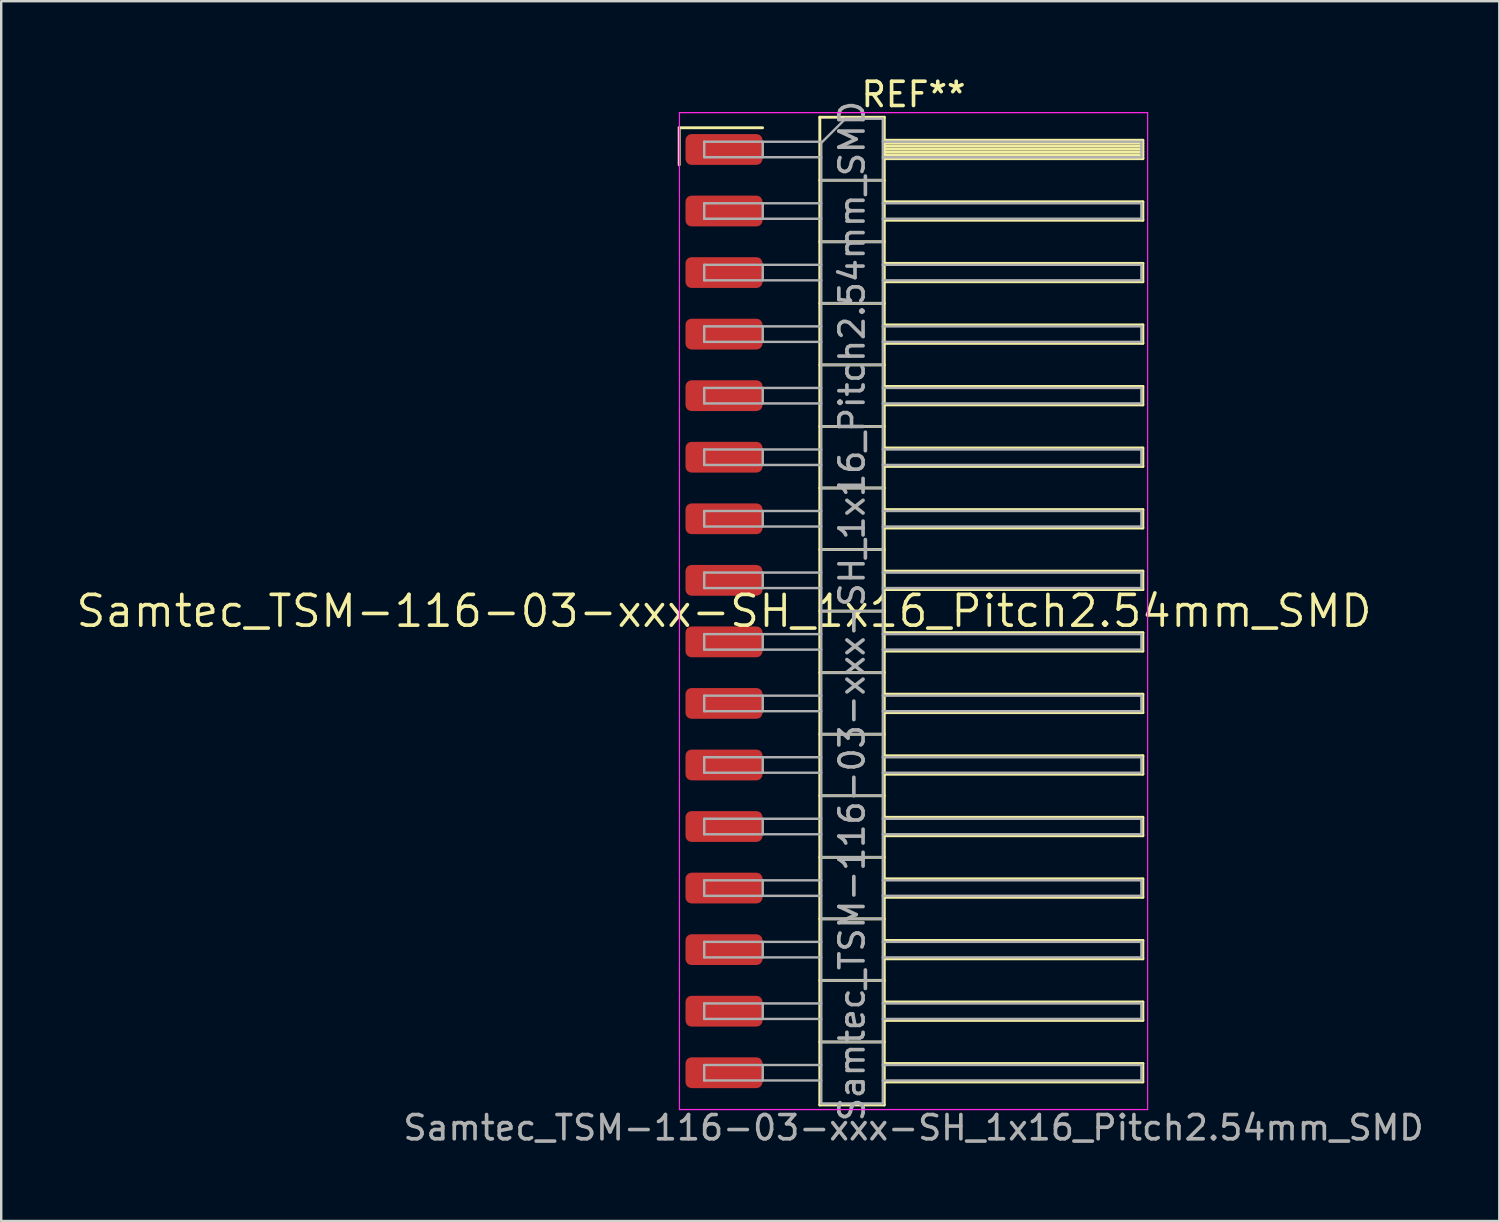
<source format=kicad_pcb>
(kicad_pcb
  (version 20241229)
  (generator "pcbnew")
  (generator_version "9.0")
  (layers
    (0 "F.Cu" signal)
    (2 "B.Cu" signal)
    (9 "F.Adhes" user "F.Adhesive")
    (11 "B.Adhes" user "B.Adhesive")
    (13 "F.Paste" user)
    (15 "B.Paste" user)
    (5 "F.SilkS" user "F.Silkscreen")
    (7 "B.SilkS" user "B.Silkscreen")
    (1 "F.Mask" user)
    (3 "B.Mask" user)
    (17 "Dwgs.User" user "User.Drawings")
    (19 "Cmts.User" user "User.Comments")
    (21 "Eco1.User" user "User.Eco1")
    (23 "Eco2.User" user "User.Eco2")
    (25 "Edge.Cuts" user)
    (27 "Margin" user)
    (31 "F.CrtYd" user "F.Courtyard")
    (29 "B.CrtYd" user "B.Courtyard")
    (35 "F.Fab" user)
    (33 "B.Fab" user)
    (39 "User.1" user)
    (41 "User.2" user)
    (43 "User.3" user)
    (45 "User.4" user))
  (footprint "Samtec_TSM-116-03-xxx-SH_1x16_Pitch2.54mm_SMD"
    (layer "F.Cu")
    (at 26.828 22.168)
    (property "Reference" "Samtec_TSM-116-03-xxx-SH_1x16_Pitch2.54mm_SMD" (at 0 0 0) (layer "F.SilkS") (effects (font (size 1.27 1.27) (thickness 0.15))))
    (attr smd)
    (fp_line (start -1.85 -19.945) (end 1.59 -19.945) (stroke (width 0.12) (type solid)) (layer "F.SilkS"))
    (fp_line (start -1.85 -18.415) (end -1.85 -19.945) (stroke (width 0.12) (type solid)) (layer "F.SilkS"))
    (fp_line (start 3.953 -20.38) (end 6.613 -20.38) (stroke (width 0.12) (type solid)) (layer "F.SilkS"))
    (fp_line (start 3.953 -17.78) (end 6.613 -17.78) (stroke (width 0.12) (type solid)) (layer "F.SilkS"))
    (fp_line (start 3.953 -15.24) (end 6.613 -15.24) (stroke (width 0.12) (type solid)) (layer "F.SilkS"))
    (fp_line (start 3.953 -12.7) (end 6.613 -12.7) (stroke (width 0.12) (type solid)) (layer "F.SilkS"))
    (fp_line (start 3.953 -10.16) (end 6.613 -10.16) (stroke (width 0.12) (type solid)) (layer "F.SilkS"))
    (fp_line (start 3.953 -7.62) (end 6.613 -7.62) (stroke (width 0.12) (type solid)) (layer "F.SilkS"))
    (fp_line (start 3.953 -5.08) (end 6.613 -5.08) (stroke (width 0.12) (type solid)) (layer "F.SilkS"))
    (fp_line (start 3.953 -2.54) (end 6.613 -2.54) (stroke (width 0.12) (type solid)) (layer "F.SilkS"))
    (fp_line (start 3.953 0) (end 6.613 0) (stroke (width 0.12) (type solid)) (layer "F.SilkS"))
    (fp_line (start 3.953 2.54) (end 6.613 2.54) (stroke (width 0.12) (type solid)) (layer "F.SilkS"))
    (fp_line (start 3.953 5.08) (end 6.613 5.08) (stroke (width 0.12) (type solid)) (layer "F.SilkS"))
    (fp_line (start 3.953 7.62) (end 6.613 7.62) (stroke (width 0.12) (type solid)) (layer "F.SilkS"))
    (fp_line (start 3.953 10.16) (end 6.613 10.16) (stroke (width 0.12) (type solid)) (layer "F.SilkS"))
    (fp_line (start 3.953 12.7) (end 6.613 12.7) (stroke (width 0.12) (type solid)) (layer "F.SilkS"))
    (fp_line (start 3.953 15.24) (end 6.613 15.24) (stroke (width 0.12) (type solid)) (layer "F.SilkS"))
    (fp_line (start 3.953 17.78) (end 6.613 17.78) (stroke (width 0.12) (type solid)) (layer "F.SilkS"))
    (fp_line (start 3.953 20.38) (end 3.953 -20.38) (stroke (width 0.12) (type solid)) (layer "F.SilkS"))
    (fp_line (start 6.613 -20.38) (end 6.613 20.38) (stroke (width 0.12) (type solid)) (layer "F.SilkS"))
    (fp_line (start 6.613 -19.43) (end 17.283 -19.43) (stroke (width 0.12) (type solid)) (layer "F.SilkS"))
    (fp_line (start 6.613 -19.31) (end 17.283 -19.31) (stroke (width 0.12) (type solid)) (layer "F.SilkS"))
    (fp_line (start 6.613 -19.19) (end 17.283 -19.19) (stroke (width 0.12) (type solid)) (layer "F.SilkS"))
    (fp_line (start 6.613 -19.07) (end 17.283 -19.07) (stroke (width 0.12) (type solid)) (layer "F.SilkS"))
    (fp_line (start 6.613 -18.95) (end 17.283 -18.95) (stroke (width 0.12) (type solid)) (layer "F.SilkS"))
    (fp_line (start 6.613 -18.83) (end 17.283 -18.83) (stroke (width 0.12) (type solid)) (layer "F.SilkS"))
    (fp_line (start 6.613 -18.71) (end 17.283 -18.71) (stroke (width 0.12) (type solid)) (layer "F.SilkS"))
    (fp_line (start 6.613 -18.67) (end 17.283 -18.67) (stroke (width 0.12) (type solid)) (layer "F.SilkS"))
    (fp_line (start 6.613 -16.89) (end 17.283 -16.89) (stroke (width 0.12) (type solid)) (layer "F.SilkS"))
    (fp_line (start 6.613 -16.13) (end 17.283 -16.13) (stroke (width 0.12) (type solid)) (layer "F.SilkS"))
    (fp_line (start 6.613 -14.35) (end 17.283 -14.35) (stroke (width 0.12) (type solid)) (layer "F.SilkS"))
    (fp_line (start 6.613 -13.59) (end 17.283 -13.59) (stroke (width 0.12) (type solid)) (layer "F.SilkS"))
    (fp_line (start 6.613 -11.81) (end 17.283 -11.81) (stroke (width 0.12) (type solid)) (layer "F.SilkS"))
    (fp_line (start 6.613 -11.05) (end 17.283 -11.05) (stroke (width 0.12) (type solid)) (layer "F.SilkS"))
    (fp_line (start 6.613 -9.27) (end 17.283 -9.27) (stroke (width 0.12) (type solid)) (layer "F.SilkS"))
    (fp_line (start 6.613 -8.51) (end 17.283 -8.51) (stroke (width 0.12) (type solid)) (layer "F.SilkS"))
    (fp_line (start 6.613 -6.73) (end 17.283 -6.73) (stroke (width 0.12) (type solid)) (layer "F.SilkS"))
    (fp_line (start 6.613 -5.97) (end 17.283 -5.97) (stroke (width 0.12) (type solid)) (layer "F.SilkS"))
    (fp_line (start 6.613 -4.19) (end 17.283 -4.19) (stroke (width 0.12) (type solid)) (layer "F.SilkS"))
    (fp_line (start 6.613 -3.43) (end 17.283 -3.43) (stroke (width 0.12) (type solid)) (layer "F.SilkS"))
    (fp_line (start 6.613 -1.65) (end 17.283 -1.65) (stroke (width 0.12) (type solid)) (layer "F.SilkS"))
    (fp_line (start 6.613 -0.89) (end 17.283 -0.89) (stroke (width 0.12) (type solid)) (layer "F.SilkS"))
    (fp_line (start 6.613 0.89) (end 17.283 0.89) (stroke (width 0.12) (type solid)) (layer "F.SilkS"))
    (fp_line (start 6.613 1.65) (end 17.283 1.65) (stroke (width 0.12) (type solid)) (layer "F.SilkS"))
    (fp_line (start 6.613 3.43) (end 17.283 3.43) (stroke (width 0.12) (type solid)) (layer "F.SilkS"))
    (fp_line (start 6.613 4.19) (end 17.283 4.19) (stroke (width 0.12) (type solid)) (layer "F.SilkS"))
    (fp_line (start 6.613 5.97) (end 17.283 5.97) (stroke (width 0.12) (type solid)) (layer "F.SilkS"))
    (fp_line (start 6.613 6.73) (end 17.283 6.73) (stroke (width 0.12) (type solid)) (layer "F.SilkS"))
    (fp_line (start 6.613 8.51) (end 17.283 8.51) (stroke (width 0.12) (type solid)) (layer "F.SilkS"))
    (fp_line (start 6.613 9.27) (end 17.283 9.27) (stroke (width 0.12) (type solid)) (layer "F.SilkS"))
    (fp_line (start 6.613 11.05) (end 17.283 11.05) (stroke (width 0.12) (type solid)) (layer "F.SilkS"))
    (fp_line (start 6.613 11.81) (end 17.283 11.81) (stroke (width 0.12) (type solid)) (layer "F.SilkS"))
    (fp_line (start 6.613 13.59) (end 17.283 13.59) (stroke (width 0.12) (type solid)) (layer "F.SilkS"))
    (fp_line (start 6.613 14.35) (end 17.283 14.35) (stroke (width 0.12) (type solid)) (layer "F.SilkS"))
    (fp_line (start 6.613 16.13) (end 17.283 16.13) (stroke (width 0.12) (type solid)) (layer "F.SilkS"))
    (fp_line (start 6.613 16.89) (end 17.283 16.89) (stroke (width 0.12) (type solid)) (layer "F.SilkS"))
    (fp_line (start 6.613 18.67) (end 17.283 18.67) (stroke (width 0.12) (type solid)) (layer "F.SilkS"))
    (fp_line (start 6.613 19.43) (end 17.283 19.43) (stroke (width 0.12) (type solid)) (layer "F.SilkS"))
    (fp_line (start 6.613 20.38) (end 3.953 20.38) (stroke (width 0.12) (type solid)) (layer "F.SilkS"))
    (fp_line (start 17.283 -19.43) (end 17.283 -18.67) (stroke (width 0.12) (type solid)) (layer "F.SilkS"))
    (fp_line (start 17.283 -16.89) (end 17.283 -16.13) (stroke (width 0.12) (type solid)) (layer "F.SilkS"))
    (fp_line (start 17.283 -14.35) (end 17.283 -13.59) (stroke (width 0.12) (type solid)) (layer "F.SilkS"))
    (fp_line (start 17.283 -11.81) (end 17.283 -11.05) (stroke (width 0.12) (type solid)) (layer "F.SilkS"))
    (fp_line (start 17.283 -9.27) (end 17.283 -8.51) (stroke (width 0.12) (type solid)) (layer "F.SilkS"))
    (fp_line (start 17.283 -6.73) (end 17.283 -5.97) (stroke (width 0.12) (type solid)) (layer "F.SilkS"))
    (fp_line (start 17.283 -4.19) (end 17.283 -3.43) (stroke (width 0.12) (type solid)) (layer "F.SilkS"))
    (fp_line (start 17.283 -1.65) (end 17.283 -0.89) (stroke (width 0.12) (type solid)) (layer "F.SilkS"))
    (fp_line (start 17.283 0.89) (end 17.283 1.65) (stroke (width 0.12) (type solid)) (layer "F.SilkS"))
    (fp_line (start 17.283 3.43) (end 17.283 4.19) (stroke (width 0.12) (type solid)) (layer "F.SilkS"))
    (fp_line (start 17.283 5.97) (end 17.283 6.73) (stroke (width 0.12) (type solid)) (layer "F.SilkS"))
    (fp_line (start 17.283 8.51) (end 17.283 9.27) (stroke (width 0.12) (type solid)) (layer "F.SilkS"))
    (fp_line (start 17.283 11.05) (end 17.283 11.81) (stroke (width 0.12) (type solid)) (layer "F.SilkS"))
    (fp_line (start 17.283 13.59) (end 17.283 14.35) (stroke (width 0.12) (type solid)) (layer "F.SilkS"))
    (fp_line (start 17.283 16.13) (end 17.283 16.89) (stroke (width 0.12) (type solid)) (layer "F.SilkS"))
    (fp_line (start 17.283 18.67) (end 17.283 19.43) (stroke (width 0.12) (type solid)) (layer "F.SilkS"))
    (fp_line (start -1.84 -20.57) (end 17.48 -20.57) (stroke (width 0.05) (type solid)) (layer "F.CrtYd"))
    (fp_line (start -1.84 20.57) (end -1.84 -20.57) (stroke (width 0.05) (type solid)) (layer "F.CrtYd"))
    (fp_line (start 17.48 -20.57) (end 17.48 20.57) (stroke (width 0.05) (type solid)) (layer "F.CrtYd"))
    (fp_line (start 17.48 20.57) (end -1.84 20.57) (stroke (width 0.05) (type solid)) (layer "F.CrtYd"))
    (fp_line (start -0.817 -19.37) (end -0.817 -18.73) (stroke (width 0.1) (type solid)) (layer "F.Fab"))
    (fp_line (start -0.817 -19.37) (end 4.013 -19.37) (stroke (width 0.1) (type solid)) (layer "F.Fab"))
    (fp_line (start -0.817 -18.73) (end 4.013 -18.73) (stroke (width 0.1) (type solid)) (layer "F.Fab"))
    (fp_line (start -0.817 -16.83) (end -0.817 -16.19) (stroke (width 0.1) (type solid)) (layer "F.Fab"))
    (fp_line (start -0.817 -16.83) (end 4.013 -16.83) (stroke (width 0.1) (type solid)) (layer "F.Fab"))
    (fp_line (start -0.817 -16.19) (end 4.013 -16.19) (stroke (width 0.1) (type solid)) (layer "F.Fab"))
    (fp_line (start -0.817 -14.29) (end -0.817 -13.65) (stroke (width 0.1) (type solid)) (layer "F.Fab"))
    (fp_line (start -0.817 -14.29) (end 4.013 -14.29) (stroke (width 0.1) (type solid)) (layer "F.Fab"))
    (fp_line (start -0.817 -13.65) (end 4.013 -13.65) (stroke (width 0.1) (type solid)) (layer "F.Fab"))
    (fp_line (start -0.817 -11.75) (end -0.817 -11.11) (stroke (width 0.1) (type solid)) (layer "F.Fab"))
    (fp_line (start -0.817 -11.75) (end 4.013 -11.75) (stroke (width 0.1) (type solid)) (layer "F.Fab"))
    (fp_line (start -0.817 -11.11) (end 4.013 -11.11) (stroke (width 0.1) (type solid)) (layer "F.Fab"))
    (fp_line (start -0.817 -9.21) (end -0.817 -8.57) (stroke (width 0.1) (type solid)) (layer "F.Fab"))
    (fp_line (start -0.817 -9.21) (end 4.013 -9.21) (stroke (width 0.1) (type solid)) (layer "F.Fab"))
    (fp_line (start -0.817 -8.57) (end 4.013 -8.57) (stroke (width 0.1) (type solid)) (layer "F.Fab"))
    (fp_line (start -0.817 -6.67) (end -0.817 -6.03) (stroke (width 0.1) (type solid)) (layer "F.Fab"))
    (fp_line (start -0.817 -6.67) (end 4.013 -6.67) (stroke (width 0.1) (type solid)) (layer "F.Fab"))
    (fp_line (start -0.817 -6.03) (end 4.013 -6.03) (stroke (width 0.1) (type solid)) (layer "F.Fab"))
    (fp_line (start -0.817 -4.13) (end -0.817 -3.49) (stroke (width 0.1) (type solid)) (layer "F.Fab"))
    (fp_line (start -0.817 -4.13) (end 4.013 -4.13) (stroke (width 0.1) (type solid)) (layer "F.Fab"))
    (fp_line (start -0.817 -3.49) (end 4.013 -3.49) (stroke (width 0.1) (type solid)) (layer "F.Fab"))
    (fp_line (start -0.817 -1.59) (end -0.817 -0.95) (stroke (width 0.1) (type solid)) (layer "F.Fab"))
    (fp_line (start -0.817 -1.59) (end 4.013 -1.59) (stroke (width 0.1) (type solid)) (layer "F.Fab"))
    (fp_line (start -0.817 -0.95) (end 4.013 -0.95) (stroke (width 0.1) (type solid)) (layer "F.Fab"))
    (fp_line (start -0.817 0.95) (end -0.817 1.59) (stroke (width 0.1) (type solid)) (layer "F.Fab"))
    (fp_line (start -0.817 0.95) (end 4.013 0.95) (stroke (width 0.1) (type solid)) (layer "F.Fab"))
    (fp_line (start -0.817 1.59) (end 4.013 1.59) (stroke (width 0.1) (type solid)) (layer "F.Fab"))
    (fp_line (start -0.817 3.49) (end -0.817 4.13) (stroke (width 0.1) (type solid)) (layer "F.Fab"))
    (fp_line (start -0.817 3.49) (end 4.013 3.49) (stroke (width 0.1) (type solid)) (layer "F.Fab"))
    (fp_line (start -0.817 4.13) (end 4.013 4.13) (stroke (width 0.1) (type solid)) (layer "F.Fab"))
    (fp_line (start -0.817 6.03) (end -0.817 6.67) (stroke (width 0.1) (type solid)) (layer "F.Fab"))
    (fp_line (start -0.817 6.03) (end 4.013 6.03) (stroke (width 0.1) (type solid)) (layer "F.Fab"))
    (fp_line (start -0.817 6.67) (end 4.013 6.67) (stroke (width 0.1) (type solid)) (layer "F.Fab"))
    (fp_line (start -0.817 8.57) (end -0.817 9.21) (stroke (width 0.1) (type solid)) (layer "F.Fab"))
    (fp_line (start -0.817 8.57) (end 4.013 8.57) (stroke (width 0.1) (type solid)) (layer "F.Fab"))
    (fp_line (start -0.817 9.21) (end 4.013 9.21) (stroke (width 0.1) (type solid)) (layer "F.Fab"))
    (fp_line (start -0.817 11.11) (end -0.817 11.75) (stroke (width 0.1) (type solid)) (layer "F.Fab"))
    (fp_line (start -0.817 11.11) (end 4.013 11.11) (stroke (width 0.1) (type solid)) (layer "F.Fab"))
    (fp_line (start -0.817 11.75) (end 4.013 11.75) (stroke (width 0.1) (type solid)) (layer "F.Fab"))
    (fp_line (start -0.817 13.65) (end -0.817 14.29) (stroke (width 0.1) (type solid)) (layer "F.Fab"))
    (fp_line (start -0.817 13.65) (end 4.013 13.65) (stroke (width 0.1) (type solid)) (layer "F.Fab"))
    (fp_line (start -0.817 14.29) (end 4.013 14.29) (stroke (width 0.1) (type solid)) (layer "F.Fab"))
    (fp_line (start -0.817 16.19) (end -0.817 16.83) (stroke (width 0.1) (type solid)) (layer "F.Fab"))
    (fp_line (start -0.817 16.19) (end 4.013 16.19) (stroke (width 0.1) (type solid)) (layer "F.Fab"))
    (fp_line (start -0.817 16.83) (end 4.013 16.83) (stroke (width 0.1) (type solid)) (layer "F.Fab"))
    (fp_line (start -0.817 18.73) (end -0.817 19.37) (stroke (width 0.1) (type solid)) (layer "F.Fab"))
    (fp_line (start -0.817 18.73) (end 4.013 18.73) (stroke (width 0.1) (type solid)) (layer "F.Fab"))
    (fp_line (start -0.817 19.37) (end 4.013 19.37) (stroke (width 0.1) (type solid)) (layer "F.Fab"))
    (fp_line (start 1.598 -19.37) (end 1.598 -18.73) (stroke (width 0.1) (type solid)) (layer "F.Fab"))
    (fp_line (start 1.598 -16.83) (end 1.598 -16.19) (stroke (width 0.1) (type solid)) (layer "F.Fab"))
    (fp_line (start 1.598 -14.29) (end 1.598 -13.65) (stroke (width 0.1) (type solid)) (layer "F.Fab"))
    (fp_line (start 1.598 -11.75) (end 1.598 -11.11) (stroke (width 0.1) (type solid)) (layer "F.Fab"))
    (fp_line (start 1.598 -9.21) (end 1.598 -8.57) (stroke (width 0.1) (type solid)) (layer "F.Fab"))
    (fp_line (start 1.598 -6.67) (end 1.598 -6.03) (stroke (width 0.1) (type solid)) (layer "F.Fab"))
    (fp_line (start 1.598 -4.13) (end 1.598 -3.49) (stroke (width 0.1) (type solid)) (layer "F.Fab"))
    (fp_line (start 1.598 -1.59) (end 1.598 -0.95) (stroke (width 0.1) (type solid)) (layer "F.Fab"))
    (fp_line (start 1.598 0.95) (end 1.598 1.59) (stroke (width 0.1) (type solid)) (layer "F.Fab"))
    (fp_line (start 1.598 3.49) (end 1.598 4.13) (stroke (width 0.1) (type solid)) (layer "F.Fab"))
    (fp_line (start 1.598 6.03) (end 1.598 6.67) (stroke (width 0.1) (type solid)) (layer "F.Fab"))
    (fp_line (start 1.598 8.57) (end 1.598 9.21) (stroke (width 0.1) (type solid)) (layer "F.Fab"))
    (fp_line (start 1.598 11.11) (end 1.598 11.75) (stroke (width 0.1) (type solid)) (layer "F.Fab"))
    (fp_line (start 1.598 13.65) (end 1.598 14.29) (stroke (width 0.1) (type solid)) (layer "F.Fab"))
    (fp_line (start 1.598 16.19) (end 1.598 16.83) (stroke (width 0.1) (type solid)) (layer "F.Fab"))
    (fp_line (start 1.598 18.73) (end 1.598 19.37) (stroke (width 0.1) (type solid)) (layer "F.Fab"))
    (fp_line (start 4.013 -19.32) (end 5.013 -20.32) (stroke (width 0.1) (type solid)) (layer "F.Fab"))
    (fp_line (start 4.013 -17.78) (end 6.553 -17.78) (stroke (width 0.1) (type solid)) (layer "F.Fab"))
    (fp_line (start 4.013 -15.24) (end 6.553 -15.24) (stroke (width 0.1) (type solid)) (layer "F.Fab"))
    (fp_line (start 4.013 -12.7) (end 6.553 -12.7) (stroke (width 0.1) (type solid)) (layer "F.Fab"))
    (fp_line (start 4.013 -10.16) (end 6.553 -10.16) (stroke (width 0.1) (type solid)) (layer "F.Fab"))
    (fp_line (start 4.013 -7.62) (end 6.553 -7.62) (stroke (width 0.1) (type solid)) (layer "F.Fab"))
    (fp_line (start 4.013 -5.08) (end 6.553 -5.08) (stroke (width 0.1) (type solid)) (layer "F.Fab"))
    (fp_line (start 4.013 -2.54) (end 6.553 -2.54) (stroke (width 0.1) (type solid)) (layer "F.Fab"))
    (fp_line (start 4.013 0) (end 6.553 0) (stroke (width 0.1) (type solid)) (layer "F.Fab"))
    (fp_line (start 4.013 2.54) (end 6.553 2.54) (stroke (width 0.1) (type solid)) (layer "F.Fab"))
    (fp_line (start 4.013 5.08) (end 6.553 5.08) (stroke (width 0.1) (type solid)) (layer "F.Fab"))
    (fp_line (start 4.013 7.62) (end 6.553 7.62) (stroke (width 0.1) (type solid)) (layer "F.Fab"))
    (fp_line (start 4.013 10.16) (end 6.553 10.16) (stroke (width 0.1) (type solid)) (layer "F.Fab"))
    (fp_line (start 4.013 12.7) (end 6.553 12.7) (stroke (width 0.1) (type solid)) (layer "F.Fab"))
    (fp_line (start 4.013 15.24) (end 6.553 15.24) (stroke (width 0.1) (type solid)) (layer "F.Fab"))
    (fp_line (start 4.013 17.78) (end 6.553 17.78) (stroke (width 0.1) (type solid)) (layer "F.Fab"))
    (fp_line (start 4.013 20.32) (end 4.013 -19.32) (stroke (width 0.1) (type solid)) (layer "F.Fab"))
    (fp_line (start 5.013 -20.32) (end 6.553 -20.32) (stroke (width 0.1) (type solid)) (layer "F.Fab"))
    (fp_line (start 6.553 -20.32) (end 6.553 20.32) (stroke (width 0.1) (type solid)) (layer "F.Fab"))
    (fp_line (start 6.553 -19.37) (end 17.223 -19.37) (stroke (width 0.1) (type solid)) (layer "F.Fab"))
    (fp_line (start 6.553 -18.73) (end 17.223 -18.73) (stroke (width 0.1) (type solid)) (layer "F.Fab"))
    (fp_line (start 6.553 -16.83) (end 17.223 -16.83) (stroke (width 0.1) (type solid)) (layer "F.Fab"))
    (fp_line (start 6.553 -16.19) (end 17.223 -16.19) (stroke (width 0.1) (type solid)) (layer "F.Fab"))
    (fp_line (start 6.553 -14.29) (end 17.223 -14.29) (stroke (width 0.1) (type solid)) (layer "F.Fab"))
    (fp_line (start 6.553 -13.65) (end 17.223 -13.65) (stroke (width 0.1) (type solid)) (layer "F.Fab"))
    (fp_line (start 6.553 -11.75) (end 17.223 -11.75) (stroke (width 0.1) (type solid)) (layer "F.Fab"))
    (fp_line (start 6.553 -11.11) (end 17.223 -11.11) (stroke (width 0.1) (type solid)) (layer "F.Fab"))
    (fp_line (start 6.553 -9.21) (end 17.223 -9.21) (stroke (width 0.1) (type solid)) (layer "F.Fab"))
    (fp_line (start 6.553 -8.57) (end 17.223 -8.57) (stroke (width 0.1) (type solid)) (layer "F.Fab"))
    (fp_line (start 6.553 -6.67) (end 17.223 -6.67) (stroke (width 0.1) (type solid)) (layer "F.Fab"))
    (fp_line (start 6.553 -6.03) (end 17.223 -6.03) (stroke (width 0.1) (type solid)) (layer "F.Fab"))
    (fp_line (start 6.553 -4.13) (end 17.223 -4.13) (stroke (width 0.1) (type solid)) (layer "F.Fab"))
    (fp_line (start 6.553 -3.49) (end 17.223 -3.49) (stroke (width 0.1) (type solid)) (layer "F.Fab"))
    (fp_line (start 6.553 -1.59) (end 17.223 -1.59) (stroke (width 0.1) (type solid)) (layer "F.Fab"))
    (fp_line (start 6.553 -0.95) (end 17.223 -0.95) (stroke (width 0.1) (type solid)) (layer "F.Fab"))
    (fp_line (start 6.553 0.95) (end 17.223 0.95) (stroke (width 0.1) (type solid)) (layer "F.Fab"))
    (fp_line (start 6.553 1.59) (end 17.223 1.59) (stroke (width 0.1) (type solid)) (layer "F.Fab"))
    (fp_line (start 6.553 3.49) (end 17.223 3.49) (stroke (width 0.1) (type solid)) (layer "F.Fab"))
    (fp_line (start 6.553 4.13) (end 17.223 4.13) (stroke (width 0.1) (type solid)) (layer "F.Fab"))
    (fp_line (start 6.553 6.03) (end 17.223 6.03) (stroke (width 0.1) (type solid)) (layer "F.Fab"))
    (fp_line (start 6.553 6.67) (end 17.223 6.67) (stroke (width 0.1) (type solid)) (layer "F.Fab"))
    (fp_line (start 6.553 8.57) (end 17.223 8.57) (stroke (width 0.1) (type solid)) (layer "F.Fab"))
    (fp_line (start 6.553 9.21) (end 17.223 9.21) (stroke (width 0.1) (type solid)) (layer "F.Fab"))
    (fp_line (start 6.553 11.11) (end 17.223 11.11) (stroke (width 0.1) (type solid)) (layer "F.Fab"))
    (fp_line (start 6.553 11.75) (end 17.223 11.75) (stroke (width 0.1) (type solid)) (layer "F.Fab"))
    (fp_line (start 6.553 13.65) (end 17.223 13.65) (stroke (width 0.1) (type solid)) (layer "F.Fab"))
    (fp_line (start 6.553 14.29) (end 17.223 14.29) (stroke (width 0.1) (type solid)) (layer "F.Fab"))
    (fp_line (start 6.553 16.19) (end 17.223 16.19) (stroke (width 0.1) (type solid)) (layer "F.Fab"))
    (fp_line (start 6.553 16.83) (end 17.223 16.83) (stroke (width 0.1) (type solid)) (layer "F.Fab"))
    (fp_line (start 6.553 18.73) (end 17.223 18.73) (stroke (width 0.1) (type solid)) (layer "F.Fab"))
    (fp_line (start 6.553 19.37) (end 17.223 19.37) (stroke (width 0.1) (type solid)) (layer "F.Fab"))
    (fp_line (start 6.553 20.32) (end 4.013 20.32) (stroke (width 0.1) (type solid)) (layer "F.Fab"))
    (fp_line (start 17.223 -19.37) (end 17.223 -18.73) (stroke (width 0.1) (type solid)) (layer "F.Fab"))
    (fp_line (start 17.223 -16.83) (end 17.223 -16.19) (stroke (width 0.1) (type solid)) (layer "F.Fab"))
    (fp_line (start 17.223 -14.29) (end 17.223 -13.65) (stroke (width 0.1) (type solid)) (layer "F.Fab"))
    (fp_line (start 17.223 -11.75) (end 17.223 -11.11) (stroke (width 0.1) (type solid)) (layer "F.Fab"))
    (fp_line (start 17.223 -9.21) (end 17.223 -8.57) (stroke (width 0.1) (type solid)) (layer "F.Fab"))
    (fp_line (start 17.223 -6.67) (end 17.223 -6.03) (stroke (width 0.1) (type solid)) (layer "F.Fab"))
    (fp_line (start 17.223 -4.13) (end 17.223 -3.49) (stroke (width 0.1) (type solid)) (layer "F.Fab"))
    (fp_line (start 17.223 -1.59) (end 17.223 -0.95) (stroke (width 0.1) (type solid)) (layer "F.Fab"))
    (fp_line (start 17.223 0.95) (end 17.223 1.59) (stroke (width 0.1) (type solid)) (layer "F.Fab"))
    (fp_line (start 17.223 3.49) (end 17.223 4.13) (stroke (width 0.1) (type solid)) (layer "F.Fab"))
    (fp_line (start 17.223 6.03) (end 17.223 6.67) (stroke (width 0.1) (type solid)) (layer "F.Fab"))
    (fp_line (start 17.223 8.57) (end 17.223 9.21) (stroke (width 0.1) (type solid)) (layer "F.Fab"))
    (fp_line (start 17.223 11.11) (end 17.223 11.75) (stroke (width 0.1) (type solid)) (layer "F.Fab"))
    (fp_line (start 17.223 13.65) (end 17.223 14.29) (stroke (width 0.1) (type solid)) (layer "F.Fab"))
    (fp_line (start 17.223 16.19) (end 17.223 16.83) (stroke (width 0.1) (type solid)) (layer "F.Fab"))
    (fp_line (start 17.223 18.73) (end 17.223 19.37) (stroke (width 0.1) (type solid)) (layer "F.Fab"))
    (fp_text user "REF**" (at 7.82 -21.32 0) (layer "F.SilkS") (effects (font (size 1 1) (thickness 0.15))))
    (fp_text user "Samtec_TSM-116-03-xxx-SH_1x16_Pitch2.54mm_SMD" (at 7.82 21.32 0) (layer "F.Fab") (effects (font (size 1 1) (thickness 0.15))))
    (fp_text user "${REFERENCE}" (at 5.283 0 90) (layer "F.Fab") (effects (font (size 1 1) (thickness 0.15))))
    (pad "1" smd roundrect (at 0 -19.05) (size 3.18 1.27) (layers "F.Cu" "F.Mask" "F.Paste") (roundrect_rratio 0.197))
    (pad "2" smd roundrect (at 0 -16.51) (size 3.18 1.27) (layers "F.Cu" "F.Mask" "F.Paste") (roundrect_rratio 0.197))
    (pad "3" smd roundrect (at 0 -13.97) (size 3.18 1.27) (layers "F.Cu" "F.Mask" "F.Paste") (roundrect_rratio 0.197))
    (pad "4" smd roundrect (at 0 -11.43) (size 3.18 1.27) (layers "F.Cu" "F.Mask" "F.Paste") (roundrect_rratio 0.197))
    (pad "5" smd roundrect (at 0 -8.89) (size 3.18 1.27) (layers "F.Cu" "F.Mask" "F.Paste") (roundrect_rratio 0.197))
    (pad "6" smd roundrect (at 0 -6.35) (size 3.18 1.27) (layers "F.Cu" "F.Mask" "F.Paste") (roundrect_rratio 0.197))
    (pad "7" smd roundrect (at 0 -3.81) (size 3.18 1.27) (layers "F.Cu" "F.Mask" "F.Paste") (roundrect_rratio 0.197))
    (pad "8" smd roundrect (at 0 -1.27) (size 3.18 1.27) (layers "F.Cu" "F.Mask" "F.Paste") (roundrect_rratio 0.197))
    (pad "9" smd roundrect (at 0 1.27) (size 3.18 1.27) (layers "F.Cu" "F.Mask" "F.Paste") (roundrect_rratio 0.197))
    (pad "10" smd roundrect (at 0 3.81) (size 3.18 1.27) (layers "F.Cu" "F.Mask" "F.Paste") (roundrect_rratio 0.197))
    (pad "11" smd roundrect (at 0 6.35) (size 3.18 1.27) (layers "F.Cu" "F.Mask" "F.Paste") (roundrect_rratio 0.197))
    (pad "12" smd roundrect (at 0 8.89) (size 3.18 1.27) (layers "F.Cu" "F.Mask" "F.Paste") (roundrect_rratio 0.197))
    (pad "13" smd roundrect (at 0 11.43) (size 3.18 1.27) (layers "F.Cu" "F.Mask" "F.Paste") (roundrect_rratio 0.197))
    (pad "14" smd roundrect (at 0 13.97) (size 3.18 1.27) (layers "F.Cu" "F.Mask" "F.Paste") (roundrect_rratio 0.197))
    (pad "15" smd roundrect (at 0 16.51) (size 3.18 1.27) (layers "F.Cu" "F.Mask" "F.Paste") (roundrect_rratio 0.197))
    (pad "16" smd roundrect (at 0 19.05) (size 3.18 1.27) (layers "F.Cu" "F.Mask" "F.Paste") (roundrect_rratio 0.197)))
  (gr_rect
    (start -3 -3)
    (end 58.821 47.337)
    (stroke (width 0.1) (type default))
    (fill no)
    (layer "Edge.Cuts")))
</source>
